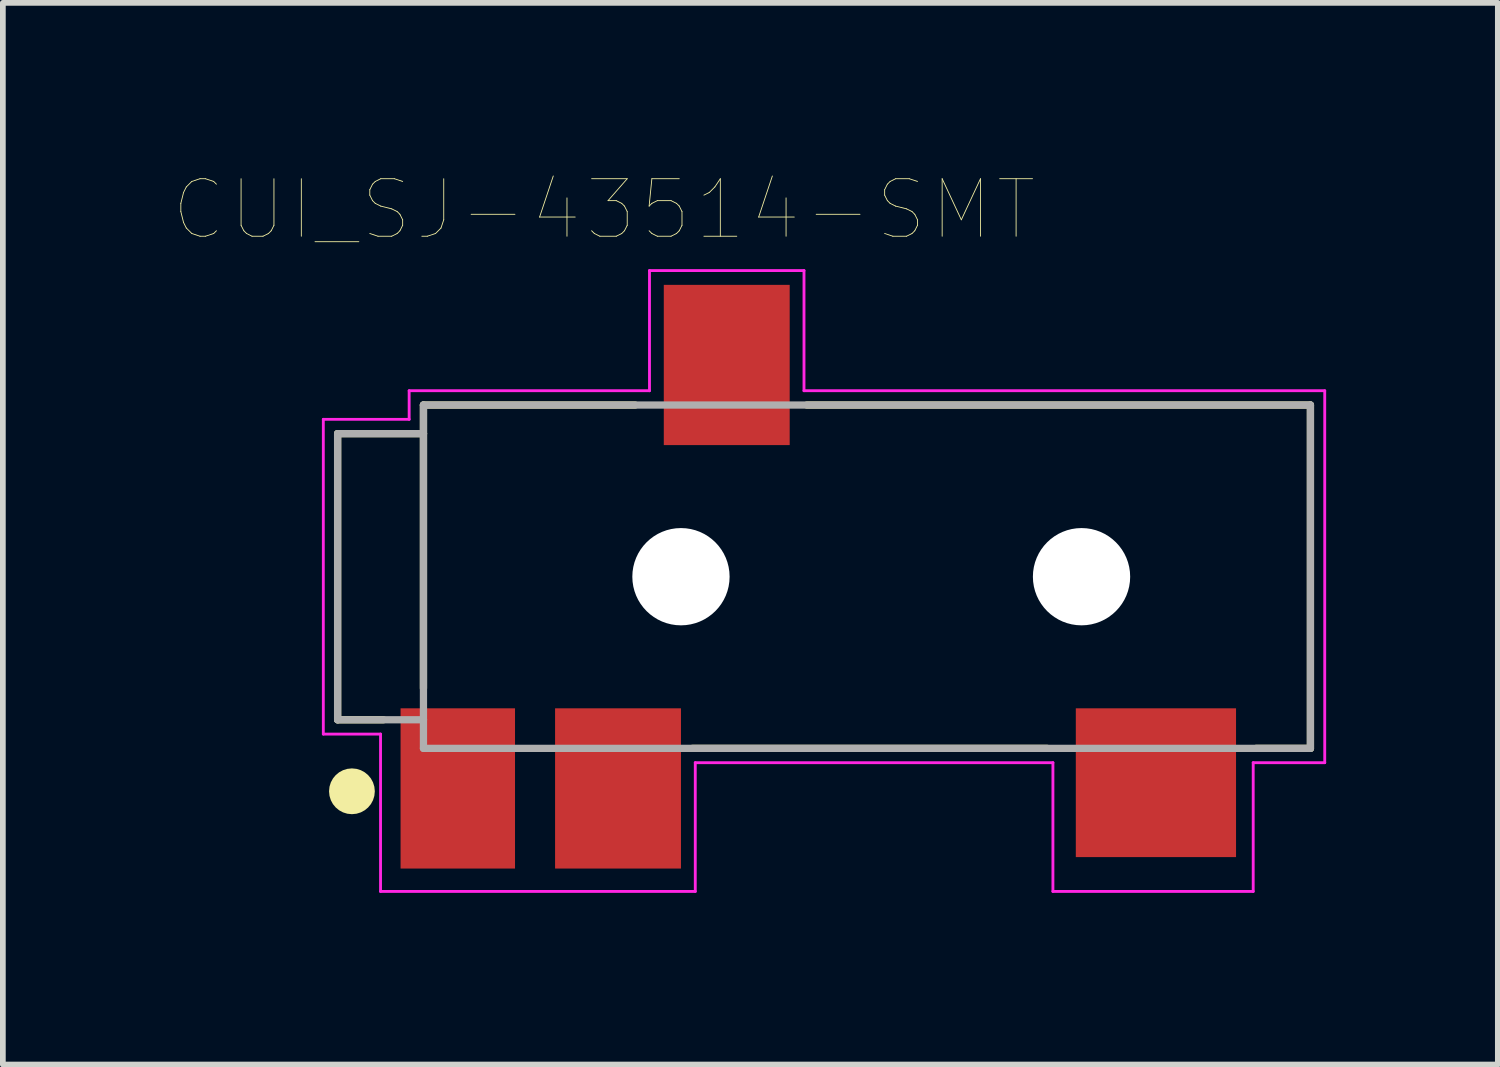
<source format=kicad_pcb>
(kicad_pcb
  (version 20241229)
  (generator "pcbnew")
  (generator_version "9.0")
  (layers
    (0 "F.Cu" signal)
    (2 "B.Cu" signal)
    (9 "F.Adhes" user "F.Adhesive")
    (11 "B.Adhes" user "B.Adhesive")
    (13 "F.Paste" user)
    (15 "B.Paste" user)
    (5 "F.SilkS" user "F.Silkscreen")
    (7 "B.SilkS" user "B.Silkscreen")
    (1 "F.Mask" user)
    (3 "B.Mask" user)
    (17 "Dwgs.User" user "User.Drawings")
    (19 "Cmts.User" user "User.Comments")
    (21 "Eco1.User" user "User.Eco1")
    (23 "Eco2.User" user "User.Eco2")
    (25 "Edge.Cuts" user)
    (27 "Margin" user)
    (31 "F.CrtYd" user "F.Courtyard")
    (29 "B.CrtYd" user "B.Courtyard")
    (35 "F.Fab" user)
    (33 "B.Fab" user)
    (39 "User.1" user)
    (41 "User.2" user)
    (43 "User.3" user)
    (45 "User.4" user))
  (footprint "CUI_SJ-43514-SMT"
    (layer "F.Cu")
    (at 12.1 7.028)
    (property "Reference" "CUI_SJ-43514-SMT" (at -4.596 -6.414 0) (layer "F.SilkS") (effects (font (size 1.005 1.005) (thickness 0.015))))
    (attr through_hole)
    (fp_line (start -9.25 -2.5) (end -9.25 2.5) (stroke (width 0.127) (type solid)) (layer "F.SilkS"))
    (fp_line (start -9.25 2.5) (end -8.45 2.5) (stroke (width 0.127) (type solid)) (layer "F.SilkS"))
    (fp_line (start -7.75 -3) (end -7.75 -2.5) (stroke (width 0.127) (type solid)) (layer "F.SilkS"))
    (fp_line (start -7.75 -2.5) (end -9.25 -2.5) (stroke (width 0.127) (type solid)) (layer "F.SilkS"))
    (fp_line (start -7.75 -2.5) (end -7.75 1.95) (stroke (width 0.127) (type solid)) (layer "F.SilkS"))
    (fp_line (start -4.05 -3) (end -7.75 -3) (stroke (width 0.127) (type solid)) (layer "F.SilkS"))
    (fp_line (start -3.05 3) (end 3.15 3) (stroke (width 0.127) (type solid)) (layer "F.SilkS"))
    (fp_line (start 6.8 3) (end 7.75 3) (stroke (width 0.127) (type solid)) (layer "F.SilkS"))
    (fp_line (start 7.75 -3) (end -1.05 -3) (stroke (width 0.127) (type solid)) (layer "F.SilkS"))
    (fp_line (start 7.75 -3) (end 7.75 3) (stroke (width 0.127) (type solid)) (layer "F.SilkS"))
    (fp_circle (center -9 3.75) (end -8.8 3.75) (stroke (width 0.4) (type solid)) (fill no) (layer "F.SilkS"))
    (fp_line (start -9.5 -2.75) (end -8 -2.75) (stroke (width 0.05) (type solid)) (layer "F.CrtYd"))
    (fp_line (start -9.5 2.75) (end -9.5 -2.75) (stroke (width 0.05) (type solid)) (layer "F.CrtYd"))
    (fp_line (start -8.5 2.75) (end -9.5 2.75) (stroke (width 0.05) (type solid)) (layer "F.CrtYd"))
    (fp_line (start -8.5 5.5) (end -8.5 2.75) (stroke (width 0.05) (type solid)) (layer "F.CrtYd"))
    (fp_line (start -8 -3.25) (end -3.8 -3.25) (stroke (width 0.05) (type solid)) (layer "F.CrtYd"))
    (fp_line (start -8 -2.75) (end -8 -3.25) (stroke (width 0.05) (type solid)) (layer "F.CrtYd"))
    (fp_line (start -3.8 -5.35) (end -1.1 -5.35) (stroke (width 0.05) (type solid)) (layer "F.CrtYd"))
    (fp_line (start -3.8 -3.25) (end -3.8 -5.35) (stroke (width 0.05) (type solid)) (layer "F.CrtYd"))
    (fp_line (start -3 3.25) (end -3 5.5) (stroke (width 0.05) (type solid)) (layer "F.CrtYd"))
    (fp_line (start -3 5.5) (end -8.5 5.5) (stroke (width 0.05) (type solid)) (layer "F.CrtYd"))
    (fp_line (start -1.1 -5.35) (end -1.1 -3.25) (stroke (width 0.05) (type solid)) (layer "F.CrtYd"))
    (fp_line (start -1.1 -3.25) (end 8 -3.25) (stroke (width 0.05) (type solid)) (layer "F.CrtYd"))
    (fp_line (start 3.25 3.25) (end -3 3.25) (stroke (width 0.05) (type solid)) (layer "F.CrtYd"))
    (fp_line (start 3.25 5.5) (end 3.25 3.25) (stroke (width 0.05) (type solid)) (layer "F.CrtYd"))
    (fp_line (start 6.75 3.25) (end 6.75 5.5) (stroke (width 0.05) (type solid)) (layer "F.CrtYd"))
    (fp_line (start 6.75 5.5) (end 3.25 5.5) (stroke (width 0.05) (type solid)) (layer "F.CrtYd"))
    (fp_line (start 8 -3.25) (end 8 3.25) (stroke (width 0.05) (type solid)) (layer "F.CrtYd"))
    (fp_line (start 8 3.25) (end 6.75 3.25) (stroke (width 0.05) (type solid)) (layer "F.CrtYd"))
    (fp_line (start -9.25 -2.5) (end -9.25 2.5) (stroke (width 0.127) (type solid)) (layer "F.Fab"))
    (fp_line (start -9.25 2.5) (end -7.75 2.5) (stroke (width 0.127) (type solid)) (layer "F.Fab"))
    (fp_line (start -7.75 -3) (end -7.75 -2.5) (stroke (width 0.127) (type solid)) (layer "F.Fab"))
    (fp_line (start -7.75 -2.5) (end -9.25 -2.5) (stroke (width 0.127) (type solid)) (layer "F.Fab"))
    (fp_line (start -7.75 -2.5) (end -7.75 2.5) (stroke (width 0.127) (type solid)) (layer "F.Fab"))
    (fp_line (start -7.75 2.5) (end -7.75 3) (stroke (width 0.127) (type solid)) (layer "F.Fab"))
    (fp_line (start -7.75 3) (end 7.75 3) (stroke (width 0.127) (type solid)) (layer "F.Fab"))
    (fp_line (start 7.75 -3) (end -7.75 -3) (stroke (width 0.127) (type solid)) (layer "F.Fab"))
    (fp_line (start 7.75 3) (end 7.75 -3) (stroke (width 0.127) (type solid)) (layer "F.Fab"))
    (pad "" np_thru_hole circle (at -3.25 0) (size 1.7 1.7) (drill 1.7) (layers "*.Cu" "*.Mask"))
    (pad "" np_thru_hole circle (at 3.75 0) (size 1.7 1.7) (drill 1.7) (layers "*.Cu" "*.Mask"))
    (pad "1" smd rect (at -7.15 3.7) (size 2 2.8) (layers "F.Cu" "F.Mask" "F.Paste"))
    (pad "2" smd rect (at 5.05 3.6) (size 2.8 2.6) (layers "F.Cu" "F.Mask" "F.Paste"))
    (pad "3" smd rect (at -2.45 -3.7) (size 2.2 2.8) (layers "F.Cu" "F.Mask" "F.Paste"))
    (pad "4" smd rect (at -4.35 3.7) (size 2.2 2.8) (layers "F.Cu" "F.Mask" "F.Paste")))
  (gr_rect
    (start -3 -3)
    (end 23.125 15.553)
    (stroke (width 0.1) (type default))
    (fill no)
    (layer "Edge.Cuts")))
</source>
